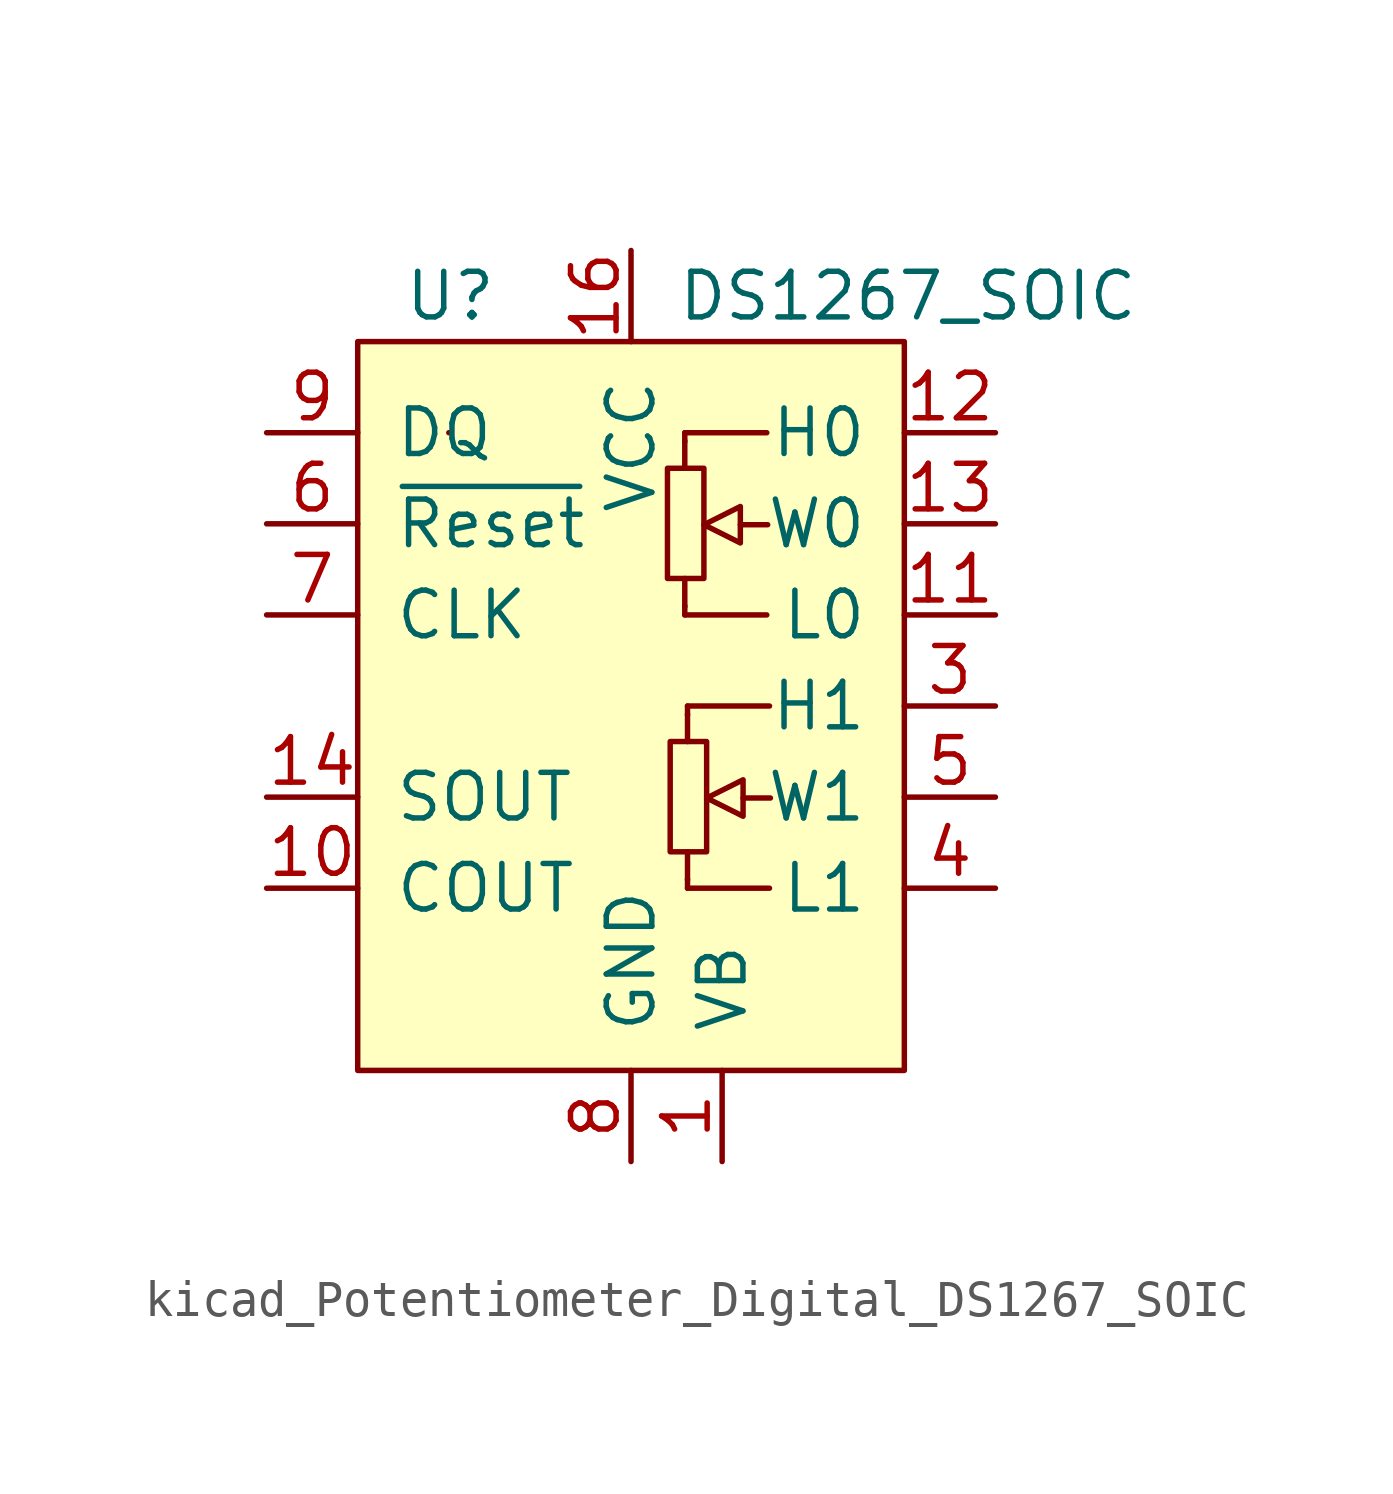
<source format=kicad_sym>
(kicad_symbol_lib
  (version 20220914)
  (generator kicad_symbol_editor)
  (symbol "kicad_Potentiometer_Digital_DS1267_SOIC"
    (pin_names
      (offset 1.016))
    (property "Reference" "U"
      (at -6.35 11.43 0)
      (effects (font (size 1.27 1.27)) (justify left)))
    (property "Value" "DS1267_SOIC"
      (at 1.27 11.43 0)
      (effects (font (size 1.27 1.27)) (justify left)))
    (symbol "kicad_Potentiometer_Digital_DS1267_SOIC_0_1"
      (rectangle (start -7.62 10.16) (end 7.62 -10.16) (stroke (width 0) (type default)) (fill (type background)))
      (rectangle (start -5.08 7.62) (end -5.08 7.62) (stroke (width 0) (type default)) (fill (type none)))
      (polyline (pts (xy 1.499 2.769) (xy 1.499 3.556)) (stroke (width 0) (type default)) (fill (type none)))
      (polyline (pts (xy 1.499 6.629) (xy 1.499 7.391)) (stroke (width 0) (type default)) (fill (type none)))
      (polyline (pts (xy 1.575 -4.851) (xy 1.575 -4.064)) (stroke (width 0) (type default)) (fill (type none)))
      (polyline (pts (xy 1.575 -0.991) (xy 1.575 -0.229)) (stroke (width 0) (type default)) (fill (type none)))
      (polyline (pts (xy 3.048 5.055) (xy 3.81 5.055)) (stroke (width 0) (type default)) (fill (type none)))
      (polyline (pts (xy 3.124 -2.565) (xy 3.886 -2.565)) (stroke (width 0) (type default)) (fill (type none)))
      (polyline (pts (xy 1.499 2.54) (xy 1.499 2.794) (xy 1.499 2.794)) (stroke (width 0) (type default)) (fill (type background)))
      (polyline (pts (xy 1.499 2.54) (xy 3.785 2.54) (xy 3.785 2.54)) (stroke (width 0) (type default)) (fill (type background)))
      (polyline (pts (xy 1.499 7.62) (xy 1.499 7.366) (xy 1.499 7.366)) (stroke (width 0) (type default)) (fill (type none)))
      (polyline (pts (xy 1.499 7.62) (xy 3.785 7.62) (xy 3.785 7.62)) (stroke (width 0) (type default)) (fill (type background)))
      (polyline (pts (xy 1.575 -5.08) (xy 1.575 -4.826) (xy 1.575 -4.826)) (stroke (width 0) (type default)) (fill (type background)))
      (polyline (pts (xy 1.575 -5.08) (xy 3.861 -5.08) (xy 3.861 -5.08)) (stroke (width 0) (type default)) (fill (type background)))
      (polyline (pts (xy 1.575 0) (xy 1.575 -0.254) (xy 1.575 -0.254)) (stroke (width 0) (type default)) (fill (type none)))
      (polyline (pts (xy 1.575 0) (xy 3.861 0) (xy 3.861 0)) (stroke (width 0) (type default)) (fill (type background)))
      (polyline (pts (xy 3.048 5.563) (xy 3.048 4.547) (xy 2.032 5.055) (xy 3.048 5.563) (xy 3.048 5.563)) (stroke (width 0) (type default)) (fill (type background)))
      (polyline (pts (xy 3.124 -2.057) (xy 3.124 -3.073) (xy 2.108 -2.565) (xy 3.124 -2.057) (xy 3.124 -2.057)) (stroke (width 0) (type default)) (fill (type background)))
      (rectangle (start 2.032 6.629) (end 1.016 3.556) (stroke (width 0) (type default)) (fill (type none)))
      (rectangle (start 2.108 -0.991) (end 1.092 -4.064) (stroke (width 0) (type default)) (fill (type none))))
    (symbol "kicad_Potentiometer_Digital_DS1267_SOIC_1_1"
      (pin power_in line (at 2.54 -12.7 90) (length 2.54) (name "VB" (effects (font (size 1.27 1.27)))) (number "1" (effects (font (size 1.27 1.27)))))
      (pin output line (at -10.16 -5.08 0) (length 2.54) (name "COUT" (effects (font (size 1.27 1.27)))) (number "10" (effects (font (size 1.27 1.27)))))
      (pin passive line (at 10.16 2.54 180) (length 2.54) (name "L0" (effects (font (size 1.27 1.27)))) (number "11" (effects (font (size 1.27 1.27)))))
      (pin passive line (at 10.16 7.62 180) (length 2.54) (name "H0" (effects (font (size 1.27 1.27)))) (number "12" (effects (font (size 1.27 1.27)))))
      (pin passive line (at 10.16 5.08 180) (length 2.54) (name "W0" (effects (font (size 1.27 1.27)))) (number "13" (effects (font (size 1.27 1.27)))))
      (pin output line (at -10.16 -2.54 0) (length 2.54) (name "SOUT" (effects (font (size 1.27 1.27)))) (number "14" (effects (font (size 1.27 1.27)))))
      (pin power_in line (at 0 12.7 270) (length 2.54) (name "VCC" (effects (font (size 1.27 1.27)))) (number "16" (effects (font (size 1.27 1.27)))))
      (pin passive line (at 10.16 0 180) (length 2.54) (name "H1" (effects (font (size 1.27 1.27)))) (number "3" (effects (font (size 1.27 1.27)))))
      (pin passive line (at 10.16 -5.08 180) (length 2.54) (name "L1" (effects (font (size 1.27 1.27)))) (number "4" (effects (font (size 1.27 1.27)))))
      (pin passive line (at 10.16 -2.54 180) (length 2.54) (name "W1" (effects (font (size 1.27 1.27)))) (number "5" (effects (font (size 1.27 1.27)))))
      (pin input line (at -10.16 5.08 0) (length 2.54) (name "~{Reset}" (effects (font (size 1.27 1.27)))) (number "6" (effects (font (size 1.27 1.27)))))
      (pin input line (at -10.16 2.54 0) (length 2.54) (name "CLK" (effects (font (size 1.27 1.27)))) (number "7" (effects (font (size 1.27 1.27)))))
      (pin power_in line (at 0 -12.7 90) (length 2.54) (name "GND" (effects (font (size 1.27 1.27)))) (number "8" (effects (font (size 1.27 1.27)))))
      (pin input line (at -10.16 7.62 0) (length 2.54) (name "DQ" (effects (font (size 1.27 1.27)))) (number "9" (effects (font (size 1.27 1.27))))))))
</source>
